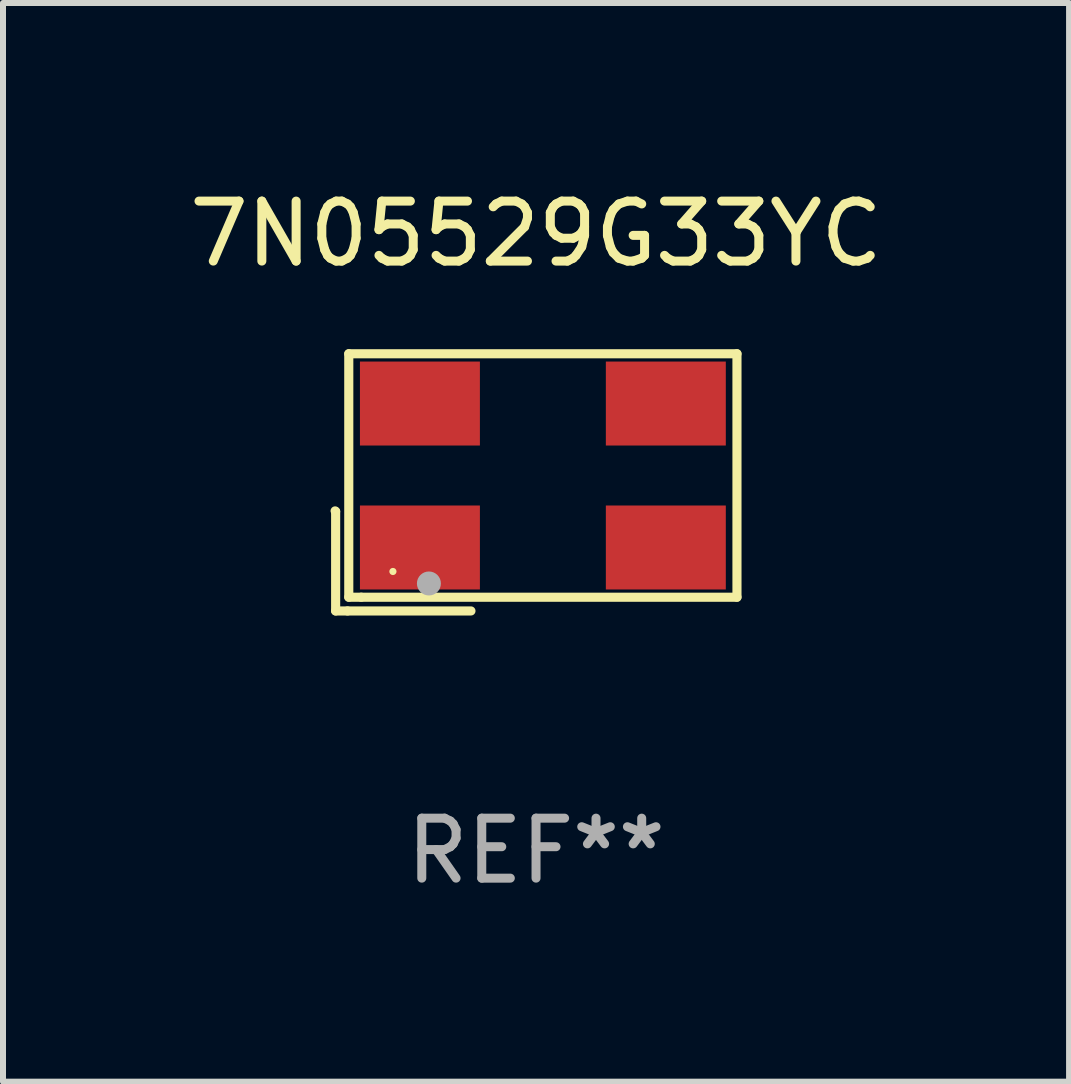
<source format=kicad_pcb>
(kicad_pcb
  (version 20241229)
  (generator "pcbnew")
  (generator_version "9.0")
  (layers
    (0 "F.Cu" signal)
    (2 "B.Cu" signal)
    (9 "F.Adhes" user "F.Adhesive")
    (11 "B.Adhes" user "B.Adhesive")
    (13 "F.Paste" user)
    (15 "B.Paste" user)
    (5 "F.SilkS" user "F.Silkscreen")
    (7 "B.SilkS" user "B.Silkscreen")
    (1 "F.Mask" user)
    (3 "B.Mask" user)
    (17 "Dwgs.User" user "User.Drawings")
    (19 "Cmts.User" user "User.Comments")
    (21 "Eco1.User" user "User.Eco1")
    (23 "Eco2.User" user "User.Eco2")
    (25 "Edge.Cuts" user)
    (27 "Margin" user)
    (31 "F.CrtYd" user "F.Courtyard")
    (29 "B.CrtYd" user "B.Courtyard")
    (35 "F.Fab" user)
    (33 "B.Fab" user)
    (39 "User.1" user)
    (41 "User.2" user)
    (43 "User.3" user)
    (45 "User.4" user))
  (footprint "7N05529G33YC"
    (layer "F.Cu")
    (at 5.887 4.992)
    (property "Reference" "7N05529G33YC" (at 0 -4.144 0) (layer "F.SilkS") (effects (font (size 1 1) (thickness 0.15))))
    (attr through_hole)
    (fp_line (start -3.35 0.476) (end -3.341 0.485) (stroke (width 0.152) (type solid)) (layer "F.SilkS"))
    (fp_line (start -3.341 0.485) (end -3.341 2.144) (stroke (width 0.152) (type solid)) (layer "F.SilkS"))
    (fp_line (start -3.341 2.144) (end -3.143 2.144) (stroke (width 0.152) (type solid)) (layer "F.SilkS"))
    (fp_line (start -3.143 2.144) (end -1.085 2.144) (stroke (width 0.152) (type solid)) (layer "F.SilkS"))
    (fp_line (start -3.122 -2.144) (end 3.35 -2.144) (stroke (width 0.152) (type solid)) (layer "F.SilkS"))
    (fp_line (start -3.122 1.915) (end -3.122 -2.144) (stroke (width 0.152) (type solid)) (layer "F.SilkS"))
    (fp_line (start -2.914 1.915) (end -3.122 1.915) (stroke (width 0.152) (type solid)) (layer "F.SilkS"))
    (fp_line (start 3.35 -2.144) (end 3.35 1.915) (stroke (width 0.152) (type solid)) (layer "F.SilkS"))
    (fp_line (start 3.35 1.915) (end -2.914 1.915) (stroke (width 0.152) (type solid)) (layer "F.SilkS"))
    (fp_circle (center -2.386 1.486) (end -2.356 1.486) (stroke (width 0.06) (type solid)) (fill no) (layer "F.SilkS"))
    (fp_circle (center -1.786 1.686) (end -1.686 1.686) (stroke (width 0.2) (type solid)) (fill no) (layer "F.Fab"))
    (fp_text user "REF**" (at 0 6.144 0) (layer "F.Fab") (effects (font (size 1 1) (thickness 0.15))))
    (pad "1" smd rect (at -1.936 1.086) (size 2 1.4) (layers "F.Cu" "F.Mask" "F.Paste"))
    (pad "2" smd rect (at 2.164 1.086) (size 2 1.4) (layers "F.Cu" "F.Mask" "F.Paste"))
    (pad "3" smd rect (at 2.164 -1.314) (size 2 1.4) (layers "F.Cu" "F.Mask" "F.Paste"))
    (pad "4" smd rect (at -1.936 -1.314) (size 2 1.4) (layers "F.Cu" "F.Mask" "F.Paste")))
  (gr_rect
    (start -3 -3)
    (end 14.774 14.984)
    (stroke (width 0.1) (type default))
    (fill no)
    (layer "Edge.Cuts")))
</source>
